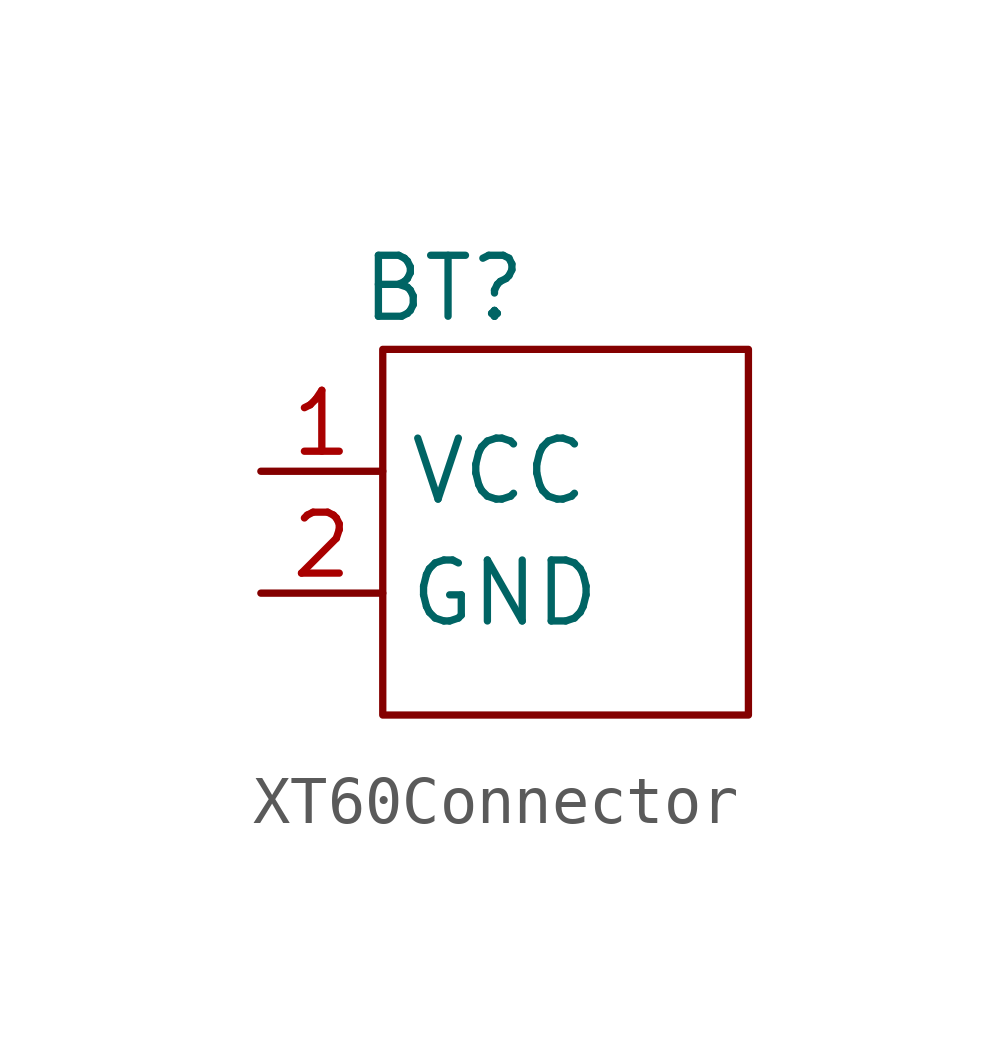
<source format=kicad_sym>
(kicad_symbol_lib
  (version 20220914)
  (generator kicad_symbol_editor)
  (symbol "XT60Connector"
    (property "Reference" "BT"
      (at -2.54 5.08 0)
      (effects (font (size 1.27 1.27))))
    (property "Value" ""
      (at 0 0 0)
      (effects (font (size 1.27 1.27))))
    (symbol "XT60Connector_0_1"
      (rectangle (start -3.81 3.81) (end 3.81 -3.81) (stroke (width 0) (type default)) (fill (type none))))
    (symbol "XT60Connector_1_1"
      (pin input line (at -6.35 1.27 0) (length 2.54) (name "VCC" (effects (font (size 1.27 1.27)))) (number "1" (effects (font (size 1.27 1.27)))))
      (pin input line (at -6.35 -1.27 0) (length 2.54) (name "GND" (effects (font (size 1.27 1.27)))) (number "2" (effects (font (size 1.27 1.27))))))))
</source>
